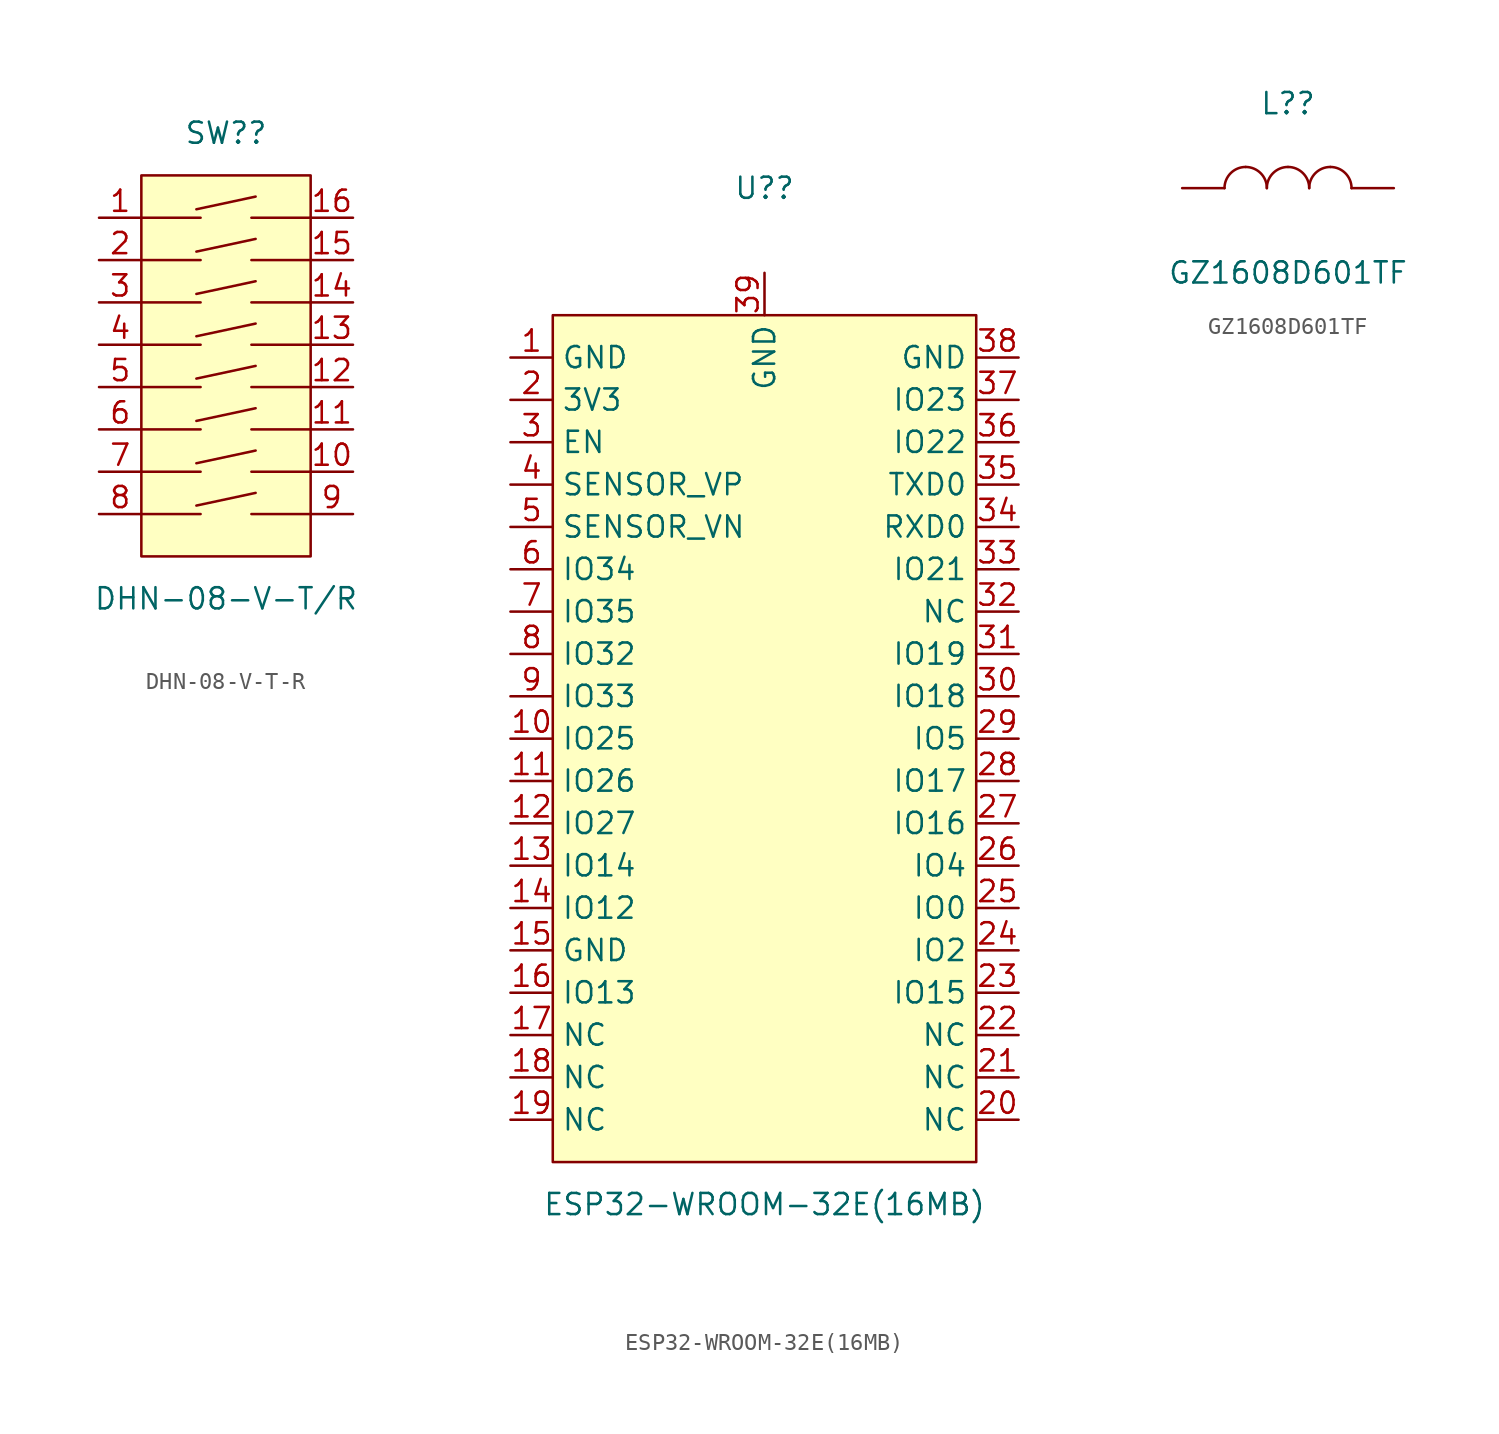
<source format=kicad_sym>
(kicad_symbol_lib
  (version 20211014)
  (generator kicad_symbol_editor)
  (symbol "DHN-08-V-T-R"
    (pin_names hide)
    (property "Reference" "SW?"
      (at 0 15.24 0)
      (effects (font (size 1.27 1.27))))
    (property "Value" "DHN-08-V-T/R"
      (at 0 -12.7 0)
      (effects (font (size 1.27 1.27))))
    (symbol "DHN-08-V-T-R_0_1"
      (rectangle (start -5.08 12.7) (end 5.08 -10.16) (stroke (width 0) (type default) (color 0 0 0 0)) (fill (type background)))
      (polyline (pts (xy -5.08 -7.62) (xy -1.524 -7.62)) (stroke (width 0) (type default) (color 0 0 0 0)) (fill (type none)))
      (polyline (pts (xy -5.08 -5.08) (xy -1.524 -5.08)) (stroke (width 0) (type default) (color 0 0 0 0)) (fill (type none)))
      (polyline (pts (xy -5.08 -2.54) (xy -1.524 -2.54)) (stroke (width 0) (type default) (color 0 0 0 0)) (fill (type none)))
      (polyline (pts (xy -5.08 0) (xy -1.524 0)) (stroke (width 0) (type default) (color 0 0 0 0)) (fill (type none)))
      (polyline (pts (xy -5.08 2.54) (xy -1.524 2.54)) (stroke (width 0) (type default) (color 0 0 0 0)) (fill (type none)))
      (polyline (pts (xy -5.08 5.08) (xy -1.524 5.08)) (stroke (width 0) (type default) (color 0 0 0 0)) (fill (type none)))
      (polyline (pts (xy -5.08 7.62) (xy -1.524 7.62)) (stroke (width 0) (type default) (color 0 0 0 0)) (fill (type none)))
      (polyline (pts (xy -5.08 10.16) (xy -1.524 10.16)) (stroke (width 0) (type default) (color 0 0 0 0)) (fill (type none)))
      (polyline (pts (xy -1.778 -7.112) (xy 1.778 -6.35)) (stroke (width 0) (type default) (color 0 0 0 0)) (fill (type none)))
      (polyline (pts (xy -1.778 -4.572) (xy 1.778 -3.81)) (stroke (width 0) (type default) (color 0 0 0 0)) (fill (type none)))
      (polyline (pts (xy -1.778 -2.032) (xy 1.778 -1.27)) (stroke (width 0) (type default) (color 0 0 0 0)) (fill (type none)))
      (polyline (pts (xy -1.778 0.508) (xy 1.778 1.27)) (stroke (width 0) (type default) (color 0 0 0 0)) (fill (type none)))
      (polyline (pts (xy -1.778 3.048) (xy 1.778 3.81)) (stroke (width 0) (type default) (color 0 0 0 0)) (fill (type none)))
      (polyline (pts (xy -1.778 5.588) (xy 1.778 6.35)) (stroke (width 0) (type default) (color 0 0 0 0)) (fill (type none)))
      (polyline (pts (xy -1.778 8.128) (xy 1.778 8.89)) (stroke (width 0) (type default) (color 0 0 0 0)) (fill (type none)))
      (polyline (pts (xy -1.778 10.668) (xy 1.778 11.43)) (stroke (width 0) (type default) (color 0 0 0 0)) (fill (type none)))
      (polyline (pts (xy 1.524 -7.62) (xy 5.08 -7.62)) (stroke (width 0) (type default) (color 0 0 0 0)) (fill (type none)))
      (polyline (pts (xy 1.524 -5.08) (xy 5.08 -5.08)) (stroke (width 0) (type default) (color 0 0 0 0)) (fill (type none)))
      (polyline (pts (xy 1.524 -2.54) (xy 5.08 -2.54)) (stroke (width 0) (type default) (color 0 0 0 0)) (fill (type none)))
      (polyline (pts (xy 1.524 0) (xy 5.08 0)) (stroke (width 0) (type default) (color 0 0 0 0)) (fill (type none)))
      (polyline (pts (xy 1.524 2.54) (xy 5.08 2.54)) (stroke (width 0) (type default) (color 0 0 0 0)) (fill (type none)))
      (polyline (pts (xy 1.524 5.08) (xy 5.08 5.08)) (stroke (width 0) (type default) (color 0 0 0 0)) (fill (type none)))
      (polyline (pts (xy 1.524 7.62) (xy 5.08 7.62)) (stroke (width 0) (type default) (color 0 0 0 0)) (fill (type none)))
      (polyline (pts (xy 1.524 10.16) (xy 5.08 10.16)) (stroke (width 0) (type default) (color 0 0 0 0)) (fill (type none)))
      (pin passive line (at -7.62 10.16 0) (length 2.54) (name "1" (effects (font (size 1.27 1.27)))) (number "1" (effects (font (size 1.27 1.27)))))
      (pin passive line (at 7.62 -5.08 180) (length 2.54) (name "10" (effects (font (size 1.27 1.27)))) (number "10" (effects (font (size 1.27 1.27)))))
      (pin passive line (at 7.62 -2.54 180) (length 2.54) (name "11" (effects (font (size 1.27 1.27)))) (number "11" (effects (font (size 1.27 1.27)))))
      (pin passive line (at 7.62 0 180) (length 2.54) (name "12" (effects (font (size 1.27 1.27)))) (number "12" (effects (font (size 1.27 1.27)))))
      (pin passive line (at 7.62 2.54 180) (length 2.54) (name "13" (effects (font (size 1.27 1.27)))) (number "13" (effects (font (size 1.27 1.27)))))
      (pin passive line (at 7.62 5.08 180) (length 2.54) (name "14" (effects (font (size 1.27 1.27)))) (number "14" (effects (font (size 1.27 1.27)))))
      (pin passive line (at 7.62 7.62 180) (length 2.54) (name "15" (effects (font (size 1.27 1.27)))) (number "15" (effects (font (size 1.27 1.27)))))
      (pin passive line (at 7.62 10.16 180) (length 2.54) (name "16" (effects (font (size 1.27 1.27)))) (number "16" (effects (font (size 1.27 1.27)))))
      (pin passive line (at -7.62 7.62 0) (length 2.54) (name "2" (effects (font (size 1.27 1.27)))) (number "2" (effects (font (size 1.27 1.27)))))
      (pin passive line (at -7.62 5.08 0) (length 2.54) (name "3" (effects (font (size 1.27 1.27)))) (number "3" (effects (font (size 1.27 1.27)))))
      (pin passive line (at -7.62 2.54 0) (length 2.54) (name "4" (effects (font (size 1.27 1.27)))) (number "4" (effects (font (size 1.27 1.27)))))
      (pin passive line (at -7.62 0 0) (length 2.54) (name "5" (effects (font (size 1.27 1.27)))) (number "5" (effects (font (size 1.27 1.27)))))
      (pin passive line (at -7.62 -2.54 0) (length 2.54) (name "6" (effects (font (size 1.27 1.27)))) (number "6" (effects (font (size 1.27 1.27)))))
      (pin passive line (at -7.62 -5.08 0) (length 2.54) (name "7" (effects (font (size 1.27 1.27)))) (number "7" (effects (font (size 1.27 1.27)))))
      (pin passive line (at -7.62 -7.62 0) (length 2.54) (name "8" (effects (font (size 1.27 1.27)))) (number "8" (effects (font (size 1.27 1.27)))))
      (pin passive line (at 7.62 -7.62 180) (length 2.54) (name "9" (effects (font (size 1.27 1.27)))) (number "9" (effects (font (size 1.27 1.27)))))))
  (symbol "ESP32-WROOM-32E(16MB)"
    (property "Reference" "U?"
      (at 0 33.02 0)
      (effects (font (size 1.27 1.27))))
    (property "Value" "ESP32-WROOM-32E(16MB)"
      (at 0 -27.94 0)
      (effects (font (size 1.27 1.27))))
    (symbol "ESP32-WROOM-32E(16MB)_0_1"
      (rectangle (start -12.7 25.4) (end 12.7 -25.4) (stroke (width 0) (type default) (color 0 0 0 0)) (fill (type background)))
      (pin passive line (at -15.24 22.86 0) (length 2.54) (name "GND" (effects (font (size 1.27 1.27)))) (number "1" (effects (font (size 1.27 1.27)))))
      (pin passive line (at -15.24 0 0) (length 2.54) (name "IO25" (effects (font (size 1.27 1.27)))) (number "10" (effects (font (size 1.27 1.27)))))
      (pin passive line (at -15.24 -2.54 0) (length 2.54) (name "IO26" (effects (font (size 1.27 1.27)))) (number "11" (effects (font (size 1.27 1.27)))))
      (pin passive line (at -15.24 -5.08 0) (length 2.54) (name "IO27" (effects (font (size 1.27 1.27)))) (number "12" (effects (font (size 1.27 1.27)))))
      (pin passive line (at -15.24 -7.62 0) (length 2.54) (name "IO14" (effects (font (size 1.27 1.27)))) (number "13" (effects (font (size 1.27 1.27)))))
      (pin passive line (at -15.24 -10.16 0) (length 2.54) (name "IO12" (effects (font (size 1.27 1.27)))) (number "14" (effects (font (size 1.27 1.27)))))
      (pin passive line (at -15.24 -12.7 0) (length 2.54) (name "GND" (effects (font (size 1.27 1.27)))) (number "15" (effects (font (size 1.27 1.27)))))
      (pin passive line (at -15.24 -15.24 0) (length 2.54) (name "IO13" (effects (font (size 1.27 1.27)))) (number "16" (effects (font (size 1.27 1.27)))))
      (pin passive line (at -15.24 -17.78 0) (length 2.54) (name "NC" (effects (font (size 1.27 1.27)))) (number "17" (effects (font (size 1.27 1.27)))))
      (pin passive line (at -15.24 -20.32 0) (length 2.54) (name "NC" (effects (font (size 1.27 1.27)))) (number "18" (effects (font (size 1.27 1.27)))))
      (pin passive line (at -15.24 -22.86 0) (length 2.54) (name "NC" (effects (font (size 1.27 1.27)))) (number "19" (effects (font (size 1.27 1.27)))))
      (pin passive line (at -15.24 20.32 0) (length 2.54) (name "3V3" (effects (font (size 1.27 1.27)))) (number "2" (effects (font (size 1.27 1.27)))))
      (pin passive line (at 15.24 -22.86 180) (length 2.54) (name "NC" (effects (font (size 1.27 1.27)))) (number "20" (effects (font (size 1.27 1.27)))))
      (pin passive line (at 15.24 -20.32 180) (length 2.54) (name "NC" (effects (font (size 1.27 1.27)))) (number "21" (effects (font (size 1.27 1.27)))))
      (pin passive line (at 15.24 -17.78 180) (length 2.54) (name "NC" (effects (font (size 1.27 1.27)))) (number "22" (effects (font (size 1.27 1.27)))))
      (pin passive line (at 15.24 -15.24 180) (length 2.54) (name "IO15" (effects (font (size 1.27 1.27)))) (number "23" (effects (font (size 1.27 1.27)))))
      (pin passive line (at 15.24 -12.7 180) (length 2.54) (name "IO2" (effects (font (size 1.27 1.27)))) (number "24" (effects (font (size 1.27 1.27)))))
      (pin passive line (at 15.24 -10.16 180) (length 2.54) (name "IO0" (effects (font (size 1.27 1.27)))) (number "25" (effects (font (size 1.27 1.27)))))
      (pin passive line (at 15.24 -7.62 180) (length 2.54) (name "IO4" (effects (font (size 1.27 1.27)))) (number "26" (effects (font (size 1.27 1.27)))))
      (pin passive line (at 15.24 -5.08 180) (length 2.54) (name "IO16" (effects (font (size 1.27 1.27)))) (number "27" (effects (font (size 1.27 1.27)))))
      (pin passive line (at 15.24 -2.54 180) (length 2.54) (name "IO17" (effects (font (size 1.27 1.27)))) (number "28" (effects (font (size 1.27 1.27)))))
      (pin passive line (at 15.24 0 180) (length 2.54) (name "IO5" (effects (font (size 1.27 1.27)))) (number "29" (effects (font (size 1.27 1.27)))))
      (pin passive line (at -15.24 17.78 0) (length 2.54) (name "EN" (effects (font (size 1.27 1.27)))) (number "3" (effects (font (size 1.27 1.27)))))
      (pin passive line (at 15.24 2.54 180) (length 2.54) (name "IO18" (effects (font (size 1.27 1.27)))) (number "30" (effects (font (size 1.27 1.27)))))
      (pin passive line (at 15.24 5.08 180) (length 2.54) (name "IO19" (effects (font (size 1.27 1.27)))) (number "31" (effects (font (size 1.27 1.27)))))
      (pin passive line (at 15.24 7.62 180) (length 2.54) (name "NC" (effects (font (size 1.27 1.27)))) (number "32" (effects (font (size 1.27 1.27)))))
      (pin passive line (at 15.24 10.16 180) (length 2.54) (name "IO21" (effects (font (size 1.27 1.27)))) (number "33" (effects (font (size 1.27 1.27)))))
      (pin passive line (at 15.24 12.7 180) (length 2.54) (name "RXD0" (effects (font (size 1.27 1.27)))) (number "34" (effects (font (size 1.27 1.27)))))
      (pin passive line (at 15.24 15.24 180) (length 2.54) (name "TXD0" (effects (font (size 1.27 1.27)))) (number "35" (effects (font (size 1.27 1.27)))))
      (pin passive line (at 15.24 17.78 180) (length 2.54) (name "IO22" (effects (font (size 1.27 1.27)))) (number "36" (effects (font (size 1.27 1.27)))))
      (pin passive line (at 15.24 20.32 180) (length 2.54) (name "IO23" (effects (font (size 1.27 1.27)))) (number "37" (effects (font (size 1.27 1.27)))))
      (pin passive line (at 15.24 22.86 180) (length 2.54) (name "GND" (effects (font (size 1.27 1.27)))) (number "38" (effects (font (size 1.27 1.27)))))
      (pin passive line (at 0 27.94 270) (length 2.54) (name "GND" (effects (font (size 1.27 1.27)))) (number "39" (effects (font (size 1.27 1.27)))))
      (pin passive line (at -15.24 15.24 0) (length 2.54) (name "SENSOR_VP" (effects (font (size 1.27 1.27)))) (number "4" (effects (font (size 1.27 1.27)))))
      (pin passive line (at -15.24 12.7 0) (length 2.54) (name "SENSOR_VN" (effects (font (size 1.27 1.27)))) (number "5" (effects (font (size 1.27 1.27)))))
      (pin passive line (at -15.24 10.16 0) (length 2.54) (name "IO34" (effects (font (size 1.27 1.27)))) (number "6" (effects (font (size 1.27 1.27)))))
      (pin passive line (at -15.24 7.62 0) (length 2.54) (name "IO35" (effects (font (size 1.27 1.27)))) (number "7" (effects (font (size 1.27 1.27)))))
      (pin passive line (at -15.24 5.08 0) (length 2.54) (name "IO32" (effects (font (size 1.27 1.27)))) (number "8" (effects (font (size 1.27 1.27)))))
      (pin passive line (at -15.24 2.54 0) (length 2.54) (name "IO33" (effects (font (size 1.27 1.27)))) (number "9" (effects (font (size 1.27 1.27)))))))
  (symbol "GZ1608D601TF"
    (pin_numbers hide)
    (property "Reference" "L?"
      (at 0 5.08 0)
      (effects (font (size 1.27 1.27))))
    (property "Value" "GZ1608D601TF"
      (at 0 -5.08 0)
      (effects (font (size 1.27 1.27))))
    (symbol "GZ1608D601TF_0_1"
      (arc (start -2.54 1.2702) (mid -3.438 0.8981) (end -3.8099 0.0001) (stroke (width 0) (type default) (color 0 0 0 0)) (fill (type none)))
      (arc (start -1.2699 0.0001) (mid -1.6419 0.8981) (end -2.5399 1.2701) (stroke (width 0) (type default) (color 0 0 0 0)) (fill (type none)))
      (arc (start 0 1.2702) (mid -0.898 0.8981) (end -1.2699 0.0001) (stroke (width 0) (type default) (color 0 0 0 0)) (fill (type none)))
      (arc (start 1.2701 0.0001) (mid 0.8981 0.8981) (end 0.0001 1.2701) (stroke (width 0) (type default) (color 0 0 0 0)) (fill (type none)))
      (arc (start 2.54 1.2702) (mid 1.642 0.8981) (end 1.2701 0.0001) (stroke (width 0) (type default) (color 0 0 0 0)) (fill (type none)))
      (arc (start 3.8101 0.0001) (mid 3.4381 0.8981) (end 2.5401 1.2701) (stroke (width 0) (type default) (color 0 0 0 0)) (fill (type none)))
      (pin passive line (at -6.35 0 0) (length 2.54) (name "" (effects (font (size 1.27 1.27)))) (number "1" (effects (font (size 1.27 1.27)))))
      (pin passive line (at 6.35 0 180) (length 2.54) (name "" (effects (font (size 1.27 1.27)))) (number "2" (effects (font (size 1.27 1.27))))))))
</source>
